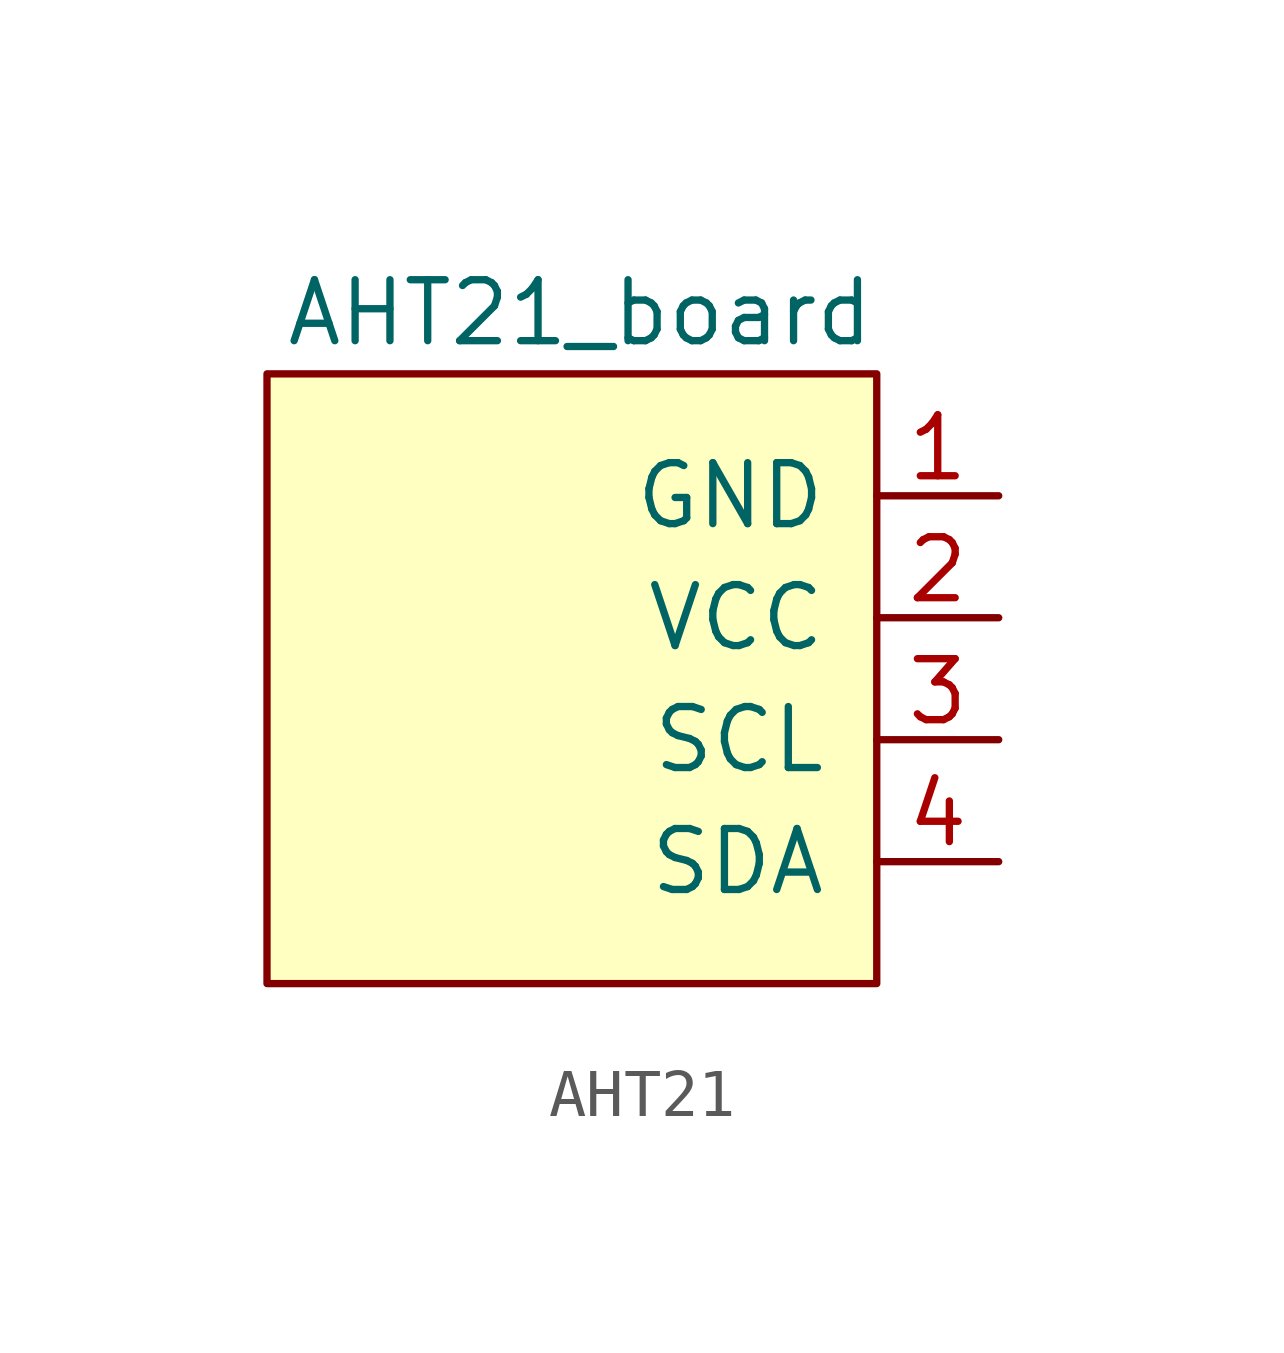
<source format=kicad_sym>
(kicad_symbol_lib
  (version 20220914)
  (generator kicad_symbol_editor)
  (symbol "AHT21"
    (pin_names
      (offset 1.016))
    (property "Reference" "NA?"
      (at 0 3.81 0)
      (effects (font (size 1.27 1.27)) (justify right) hide))
    (property "Value" "AHT21_board"
      (at 6.35 7.62 0)
      (effects (font (size 1.27 1.27)) (justify right)))
    (symbol "AHT21_0_1"
      (rectangle (start -6.35 6.35) (end 6.35 -6.35) (stroke (width 0) (type default)) (fill (type background))))
    (symbol "AHT21_1_1"
      (pin input line (at 8.89 3.81 180) (length 2.54) (name "GND" (effects (font (size 1.27 1.27)))) (number "1" (effects (font (size 1.27 1.27)))))
      (pin input line (at 8.89 1.27 180) (length 2.54) (name "VCC" (effects (font (size 1.27 1.27)))) (number "2" (effects (font (size 1.27 1.27)))))
      (pin input line (at 8.89 -1.27 180) (length 2.54) (name "SCL" (effects (font (size 1.27 1.27)))) (number "3" (effects (font (size 1.27 1.27)))))
      (pin input line (at 8.89 -3.81 180) (length 2.54) (name "SDA" (effects (font (size 1.27 1.27)))) (number "4" (effects (font (size 1.27 1.27))))))))
</source>
